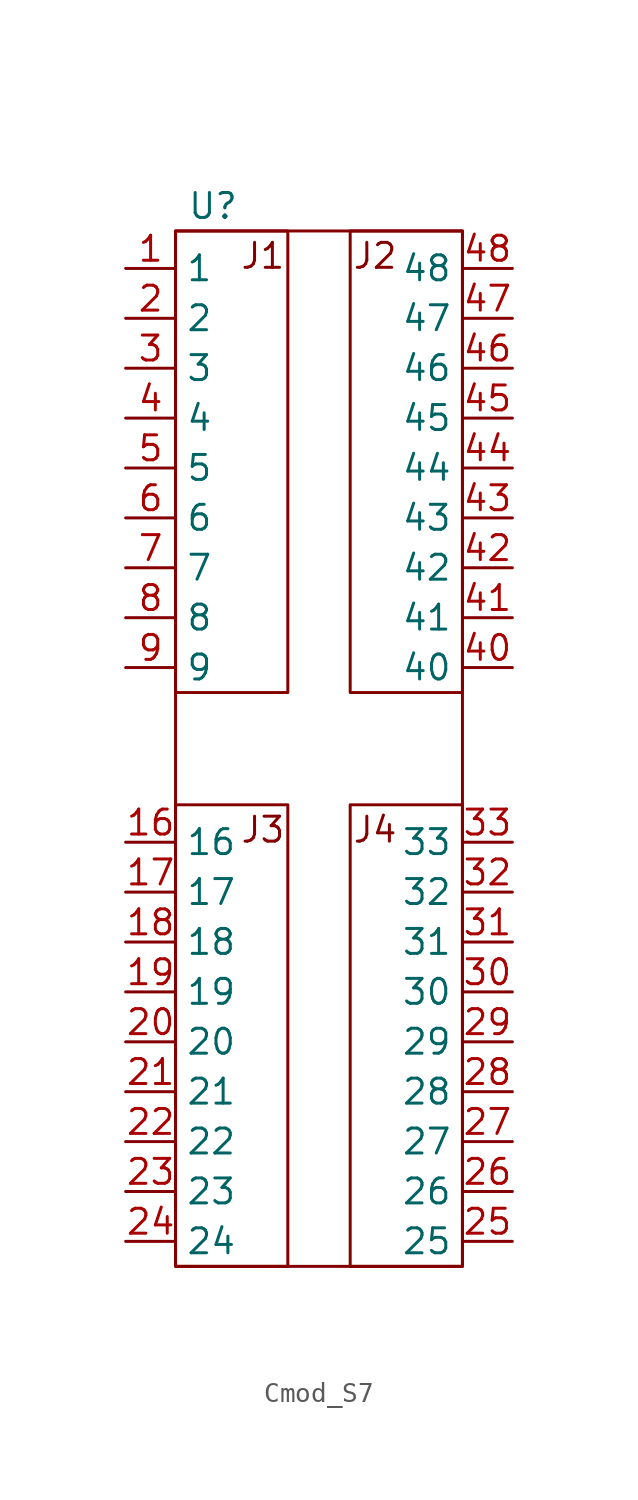
<source format=kicad_sym>
(kicad_symbol_lib
  (version 20241209)
  (generator "kicad_symbol_editor")
  (generator_version "9.0")
  (symbol "Cmod_S7"
    (property "Reference" "U"
      (at 0 0 0)
      (effects (font (size 1.27 1.27))))
    (property "Value" ""
      (at 0 0 0)
      (effects (font (size 1.27 1.27))))
    (symbol "Cmod_S7_1_1"
      (rectangle (start -1.905 -1.27) (end 3.81 -24.765) (stroke (width 0) (type default)) (fill (type none)))
      (rectangle (start -1.905 -1.27) (end 12.7 -53.975) (stroke (width 0) (type default)) (fill (type none)))
      (rectangle (start -1.905 -30.48) (end 3.81 -53.975) (stroke (width 0) (type default)) (fill (type none)))
      (rectangle (start 12.7 -1.27) (end 6.985 -24.765) (stroke (width 0) (type default)) (fill (type none)))
      (rectangle (start 12.7 -30.48) (end 6.985 -53.975) (stroke (width 0) (type default)) (fill (type none)))
      (text "J1" (at 2.54 -2.54 0) (effects (font (size 1.27 1.27))))
      (text "J3" (at 2.54 -31.75 0) (effects (font (size 1.27 1.27))))
      (text "J2" (at 8.255 -2.54 0) (effects (font (size 1.27 1.27))))
      (text "J4" (at 8.255 -31.75 0) (effects (font (size 1.27 1.27))))
      (pin bidirectional line (at -4.445 -3.175 0) (length 2.54) (name "1" (effects (font (size 1.27 1.27)))) (number "1" (effects (font (size 1.27 1.27)))))
      (pin bidirectional line (at -4.445 -5.715 0) (length 2.54) (name "2" (effects (font (size 1.27 1.27)))) (number "2" (effects (font (size 1.27 1.27)))))
      (pin bidirectional line (at -4.445 -8.255 0) (length 2.54) (name "3" (effects (font (size 1.27 1.27)))) (number "3" (effects (font (size 1.27 1.27)))))
      (pin bidirectional line (at -4.445 -10.795 0) (length 2.54) (name "4" (effects (font (size 1.27 1.27)))) (number "4" (effects (font (size 1.27 1.27)))))
      (pin bidirectional line (at -4.445 -13.335 0) (length 2.54) (name "5" (effects (font (size 1.27 1.27)))) (number "5" (effects (font (size 1.27 1.27)))))
      (pin bidirectional line (at -4.445 -15.875 0) (length 2.54) (name "6" (effects (font (size 1.27 1.27)))) (number "6" (effects (font (size 1.27 1.27)))))
      (pin bidirectional line (at -4.445 -18.415 0) (length 2.54) (name "7" (effects (font (size 1.27 1.27)))) (number "7" (effects (font (size 1.27 1.27)))))
      (pin bidirectional line (at -4.445 -20.955 0) (length 2.54) (name "8" (effects (font (size 1.27 1.27)))) (number "8" (effects (font (size 1.27 1.27)))))
      (pin bidirectional line (at -4.445 -23.495 0) (length 2.54) (name "9" (effects (font (size 1.27 1.27)))) (number "9" (effects (font (size 1.27 1.27)))))
      (pin bidirectional line (at -4.445 -32.385 0) (length 2.54) (name "16" (effects (font (size 1.27 1.27)))) (number "16" (effects (font (size 1.27 1.27)))))
      (pin bidirectional line (at -4.445 -34.925 0) (length 2.54) (name "17" (effects (font (size 1.27 1.27)))) (number "17" (effects (font (size 1.27 1.27)))))
      (pin bidirectional line (at -4.445 -37.465 0) (length 2.54) (name "18" (effects (font (size 1.27 1.27)))) (number "18" (effects (font (size 1.27 1.27)))))
      (pin bidirectional line (at -4.445 -40.005 0) (length 2.54) (name "19" (effects (font (size 1.27 1.27)))) (number "19" (effects (font (size 1.27 1.27)))))
      (pin bidirectional line (at -4.445 -42.545 0) (length 2.54) (name "20" (effects (font (size 1.27 1.27)))) (number "20" (effects (font (size 1.27 1.27)))))
      (pin bidirectional line (at -4.445 -45.085 0) (length 2.54) (name "21" (effects (font (size 1.27 1.27)))) (number "21" (effects (font (size 1.27 1.27)))))
      (pin bidirectional line (at -4.445 -47.625 0) (length 2.54) (name "22" (effects (font (size 1.27 1.27)))) (number "22" (effects (font (size 1.27 1.27)))))
      (pin bidirectional line (at -4.445 -50.165 0) (length 2.54) (name "23" (effects (font (size 1.27 1.27)))) (number "23" (effects (font (size 1.27 1.27)))))
      (pin bidirectional line (at -4.445 -52.705 0) (length 2.54) (name "24" (effects (font (size 1.27 1.27)))) (number "24" (effects (font (size 1.27 1.27)))))
      (pin bidirectional line (at 15.24 -3.175 180) (length 2.54) (name "48" (effects (font (size 1.27 1.27)))) (number "48" (effects (font (size 1.27 1.27)))))
      (pin bidirectional line (at 15.24 -5.715 180) (length 2.54) (name "47" (effects (font (size 1.27 1.27)))) (number "47" (effects (font (size 1.27 1.27)))))
      (pin bidirectional line (at 15.24 -8.255 180) (length 2.54) (name "46" (effects (font (size 1.27 1.27)))) (number "46" (effects (font (size 1.27 1.27)))))
      (pin bidirectional line (at 15.24 -10.795 180) (length 2.54) (name "45" (effects (font (size 1.27 1.27)))) (number "45" (effects (font (size 1.27 1.27)))))
      (pin bidirectional line (at 15.24 -13.335 180) (length 2.54) (name "44" (effects (font (size 1.27 1.27)))) (number "44" (effects (font (size 1.27 1.27)))))
      (pin bidirectional line (at 15.24 -15.875 180) (length 2.54) (name "43" (effects (font (size 1.27 1.27)))) (number "43" (effects (font (size 1.27 1.27)))))
      (pin bidirectional line (at 15.24 -18.415 180) (length 2.54) (name "42" (effects (font (size 1.27 1.27)))) (number "42" (effects (font (size 1.27 1.27)))))
      (pin bidirectional line (at 15.24 -20.955 180) (length 2.54) (name "41" (effects (font (size 1.27 1.27)))) (number "41" (effects (font (size 1.27 1.27)))))
      (pin bidirectional line (at 15.24 -23.495 180) (length 2.54) (name "40" (effects (font (size 1.27 1.27)))) (number "40" (effects (font (size 1.27 1.27)))))
      (pin bidirectional line (at 15.24 -32.385 180) (length 2.54) (name "33" (effects (font (size 1.27 1.27)))) (number "33" (effects (font (size 1.27 1.27)))))
      (pin bidirectional line (at 15.24 -34.925 180) (length 2.54) (name "32" (effects (font (size 1.27 1.27)))) (number "32" (effects (font (size 1.27 1.27)))))
      (pin bidirectional line (at 15.24 -37.465 180) (length 2.54) (name "31" (effects (font (size 1.27 1.27)))) (number "31" (effects (font (size 1.27 1.27)))))
      (pin bidirectional line (at 15.24 -40.005 180) (length 2.54) (name "30" (effects (font (size 1.27 1.27)))) (number "30" (effects (font (size 1.27 1.27)))))
      (pin bidirectional line (at 15.24 -42.545 180) (length 2.54) (name "29" (effects (font (size 1.27 1.27)))) (number "29" (effects (font (size 1.27 1.27)))))
      (pin bidirectional line (at 15.24 -45.085 180) (length 2.54) (name "28" (effects (font (size 1.27 1.27)))) (number "28" (effects (font (size 1.27 1.27)))))
      (pin bidirectional line (at 15.24 -47.625 180) (length 2.54) (name "27" (effects (font (size 1.27 1.27)))) (number "27" (effects (font (size 1.27 1.27)))))
      (pin bidirectional line (at 15.24 -50.165 180) (length 2.54) (name "26" (effects (font (size 1.27 1.27)))) (number "26" (effects (font (size 1.27 1.27)))))
      (pin bidirectional line (at 15.24 -52.705 180) (length 2.54) (name "25" (effects (font (size 1.27 1.27)))) (number "25" (effects (font (size 1.27 1.27))))))))
</source>
